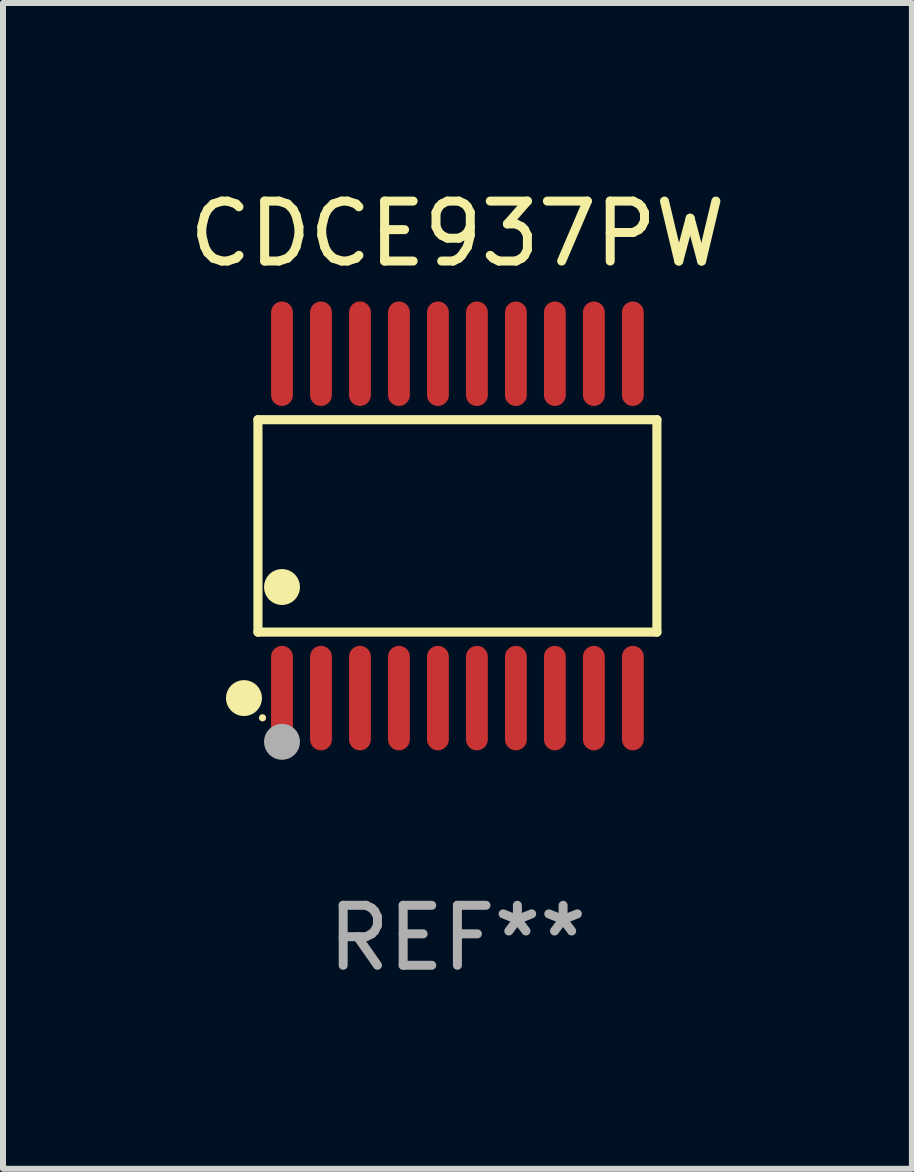
<source format=kicad_pcb>
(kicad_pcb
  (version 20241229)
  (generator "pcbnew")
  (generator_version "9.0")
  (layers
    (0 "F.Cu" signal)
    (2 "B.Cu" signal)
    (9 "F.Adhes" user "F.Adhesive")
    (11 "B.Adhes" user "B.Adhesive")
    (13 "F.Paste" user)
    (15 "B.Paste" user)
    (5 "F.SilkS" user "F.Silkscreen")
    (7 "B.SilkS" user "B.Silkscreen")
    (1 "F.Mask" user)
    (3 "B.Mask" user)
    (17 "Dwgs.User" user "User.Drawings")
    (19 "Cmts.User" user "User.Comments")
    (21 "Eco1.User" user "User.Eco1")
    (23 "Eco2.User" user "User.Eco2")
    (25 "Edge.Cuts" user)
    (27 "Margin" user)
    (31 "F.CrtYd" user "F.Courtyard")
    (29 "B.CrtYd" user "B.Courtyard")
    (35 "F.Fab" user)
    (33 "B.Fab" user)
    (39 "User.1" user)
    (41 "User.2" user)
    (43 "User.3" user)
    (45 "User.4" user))
  (footprint "CDCE937PW"
    (layer "F.Cu")
    (at 4.577 5.719)
    (property "Reference" "CDCE937PW" (at 0 -4.871 0) (layer "F.SilkS") (effects (font (size 1 1) (thickness 0.15))))
    (attr through_hole)
    (fp_line (start -3.326 -1.771) (end 3.326 -1.771) (stroke (width 0.152) (type solid)) (layer "F.SilkS"))
    (fp_line (start -3.326 1.771) (end -3.326 -1.771) (stroke (width 0.152) (type solid)) (layer "F.SilkS"))
    (fp_line (start 3.326 -1.771) (end 3.326 1.771) (stroke (width 0.152) (type solid)) (layer "F.SilkS"))
    (fp_line (start 3.326 1.771) (end -3.326 1.771) (stroke (width 0.152) (type solid)) (layer "F.SilkS"))
    (fp_circle (center -3.559 2.871) (end -3.409 2.871) (stroke (width 0.3) (type solid)) (fill no) (layer "F.SilkS"))
    (fp_circle (center -3.25 3.2) (end -3.22 3.2) (stroke (width 0.06) (type solid)) (fill no) (layer "F.SilkS"))
    (fp_circle (center -2.925 1.019) (end -2.775 1.019) (stroke (width 0.3) (type solid)) (fill no) (layer "F.SilkS"))
    (fp_circle (center -2.925 3.6) (end -2.775 3.6) (stroke (width 0.3) (type solid)) (fill no) (layer "F.Fab"))
    (fp_text user "REF**" (at 0 6.871 0) (layer "F.Fab") (effects (font (size 1 1) (thickness 0.15))))
    (pad "1" smd oval (at -2.925 2.871) (size 0.364 1.742) (layers "F.Cu" "F.Mask" "F.Paste"))
    (pad "2" smd oval (at -2.275 2.871) (size 0.364 1.742) (layers "F.Cu" "F.Mask" "F.Paste"))
    (pad "3" smd oval (at -1.625 2.871) (size 0.364 1.742) (layers "F.Cu" "F.Mask" "F.Paste"))
    (pad "4" smd oval (at -0.975 2.871) (size 0.364 1.742) (layers "F.Cu" "F.Mask" "F.Paste"))
    (pad "5" smd oval (at -0.325 2.871) (size 0.364 1.742) (layers "F.Cu" "F.Mask" "F.Paste"))
    (pad "6" smd oval (at 0.325 2.871) (size 0.364 1.742) (layers "F.Cu" "F.Mask" "F.Paste"))
    (pad "7" smd oval (at 0.975 2.871) (size 0.364 1.742) (layers "F.Cu" "F.Mask" "F.Paste"))
    (pad "8" smd oval (at 1.625 2.871) (size 0.364 1.742) (layers "F.Cu" "F.Mask" "F.Paste"))
    (pad "9" smd oval (at 2.275 2.871) (size 0.364 1.742) (layers "F.Cu" "F.Mask" "F.Paste"))
    (pad "10" smd oval (at 2.925 2.871) (size 0.364 1.742) (layers "F.Cu" "F.Mask" "F.Paste"))
    (pad "11" smd oval (at 2.925 -2.871) (size 0.364 1.742) (layers "F.Cu" "F.Mask" "F.Paste"))
    (pad "12" smd oval (at 2.275 -2.871) (size 0.364 1.742) (layers "F.Cu" "F.Mask" "F.Paste"))
    (pad "13" smd oval (at 1.625 -2.871) (size 0.364 1.742) (layers "F.Cu" "F.Mask" "F.Paste"))
    (pad "14" smd oval (at 0.975 -2.871) (size 0.364 1.742) (layers "F.Cu" "F.Mask" "F.Paste"))
    (pad "15" smd oval (at 0.325 -2.871) (size 0.364 1.742) (layers "F.Cu" "F.Mask" "F.Paste"))
    (pad "16" smd oval (at -0.325 -2.871) (size 0.364 1.742) (layers "F.Cu" "F.Mask" "F.Paste"))
    (pad "17" smd oval (at -0.975 -2.871) (size 0.364 1.742) (layers "F.Cu" "F.Mask" "F.Paste"))
    (pad "18" smd oval (at -1.625 -2.871) (size 0.364 1.742) (layers "F.Cu" "F.Mask" "F.Paste"))
    (pad "19" smd oval (at -2.275 -2.871) (size 0.364 1.742) (layers "F.Cu" "F.Mask" "F.Paste"))
    (pad "20" smd oval (at -2.925 -2.871) (size 0.364 1.742) (layers "F.Cu" "F.Mask" "F.Paste")))
  (gr_rect
    (start -3 -3)
    (end 12.155 16.438)
    (stroke (width 0.1) (type default))
    (fill no)
    (layer "Edge.Cuts")))
</source>
